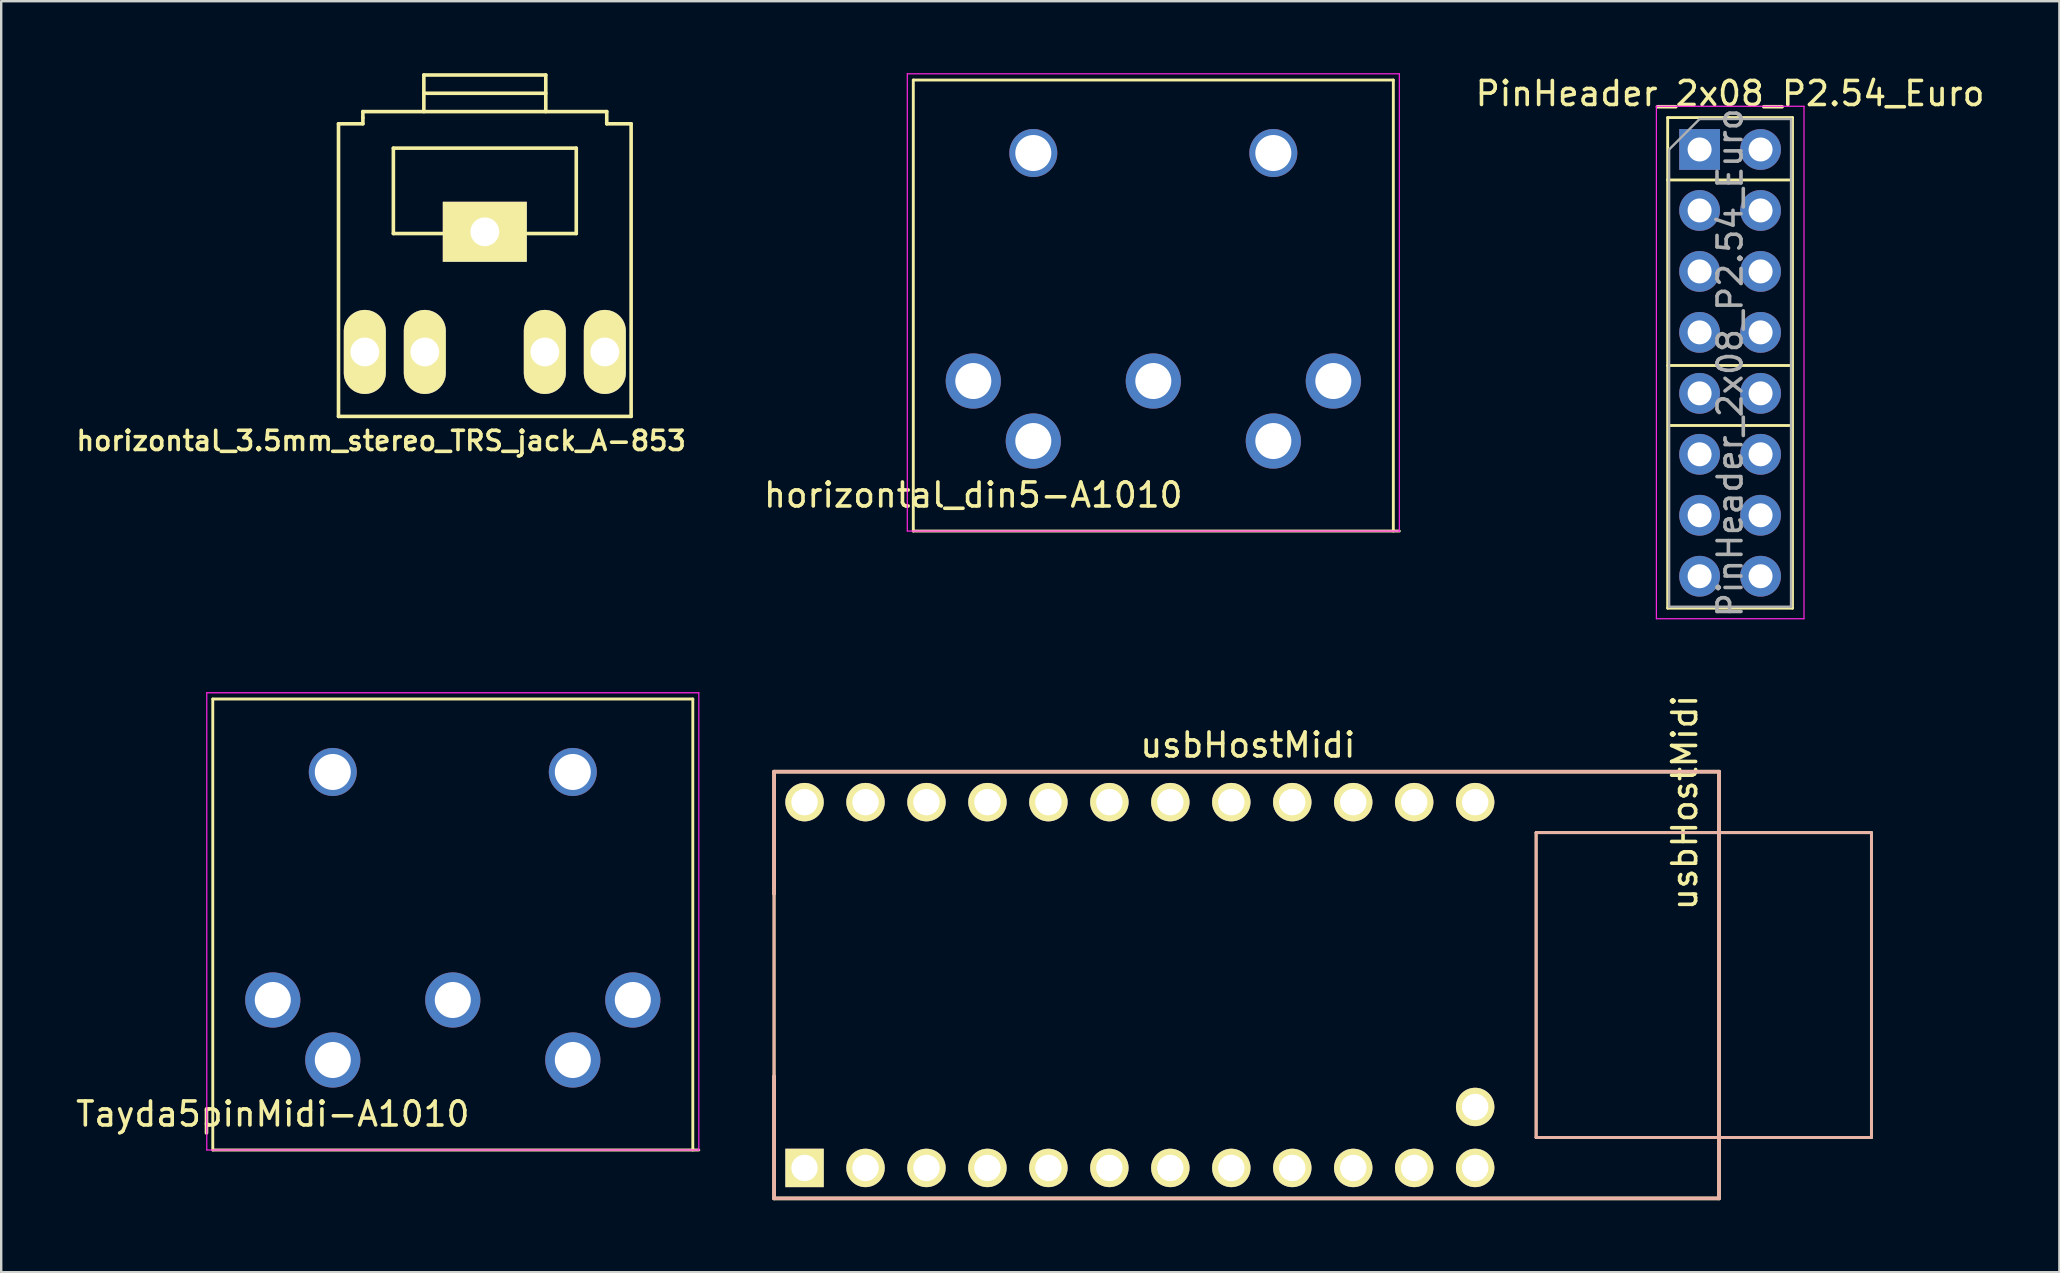
<source format=kicad_pcb>
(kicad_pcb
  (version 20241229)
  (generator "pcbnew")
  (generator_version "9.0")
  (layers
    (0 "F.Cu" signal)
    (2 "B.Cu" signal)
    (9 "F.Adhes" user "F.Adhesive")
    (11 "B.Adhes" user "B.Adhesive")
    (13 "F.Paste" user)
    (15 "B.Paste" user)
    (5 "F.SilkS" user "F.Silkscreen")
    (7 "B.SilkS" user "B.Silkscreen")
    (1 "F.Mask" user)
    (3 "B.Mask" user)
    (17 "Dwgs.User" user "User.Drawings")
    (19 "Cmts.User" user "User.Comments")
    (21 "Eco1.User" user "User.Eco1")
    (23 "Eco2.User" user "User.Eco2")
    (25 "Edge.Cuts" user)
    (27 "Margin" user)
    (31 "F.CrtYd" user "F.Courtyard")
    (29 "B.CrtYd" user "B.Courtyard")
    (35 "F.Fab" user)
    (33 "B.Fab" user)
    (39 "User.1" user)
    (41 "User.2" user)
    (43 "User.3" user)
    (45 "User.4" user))
  (footprint "Tayda5pinMidi-A1010"
    (layer "F.Cu")
    (at 8.315 38.613)
    (property "Reference" "Tayda5pinMidi-A1010" (at 0 4.75 0) (layer "F.SilkS") (effects (font (size 1 1) (thickness 0.15))))
    (attr through_hole)
    (fp_line (start -2.5 6.25) (end -2.5 -12.54) (stroke (width 0.12) (type solid)) (layer "F.SilkS"))
    (fp_line (start 17.5 -12.54) (end -2.5 -12.54) (stroke (width 0.12) (type solid)) (layer "F.SilkS"))
    (fp_line (start 17.5 6.25) (end 17.5 -12.54) (stroke (width 0.12) (type solid)) (layer "F.SilkS"))
    (fp_line (start 17.75 6.25) (end -2.5 6.25) (stroke (width 0.12) (type solid)) (layer "F.SilkS"))
    (fp_line (start -2.75 -12.8) (end -2.75 6.25) (stroke (width 0.05) (type solid)) (layer "F.CrtYd"))
    (fp_line (start 17.75 -12.8) (end -2.75 -12.8) (stroke (width 0.05) (type solid)) (layer "F.CrtYd"))
    (fp_line (start 17.75 6.25) (end -2.75 6.25) (stroke (width 0.05) (type solid)) (layer "F.CrtYd"))
    (fp_line (start 17.75 6.25) (end 17.75 -12.8) (stroke (width 0.05) (type solid)) (layer "F.CrtYd"))
    (pad "" thru_hole circle (at 2.5 -9.5) (size 2 2) (drill 1.5) (layers "*.Cu" "*.Mask"))
    (pad "" thru_hole circle (at 12.5 -9.5) (size 2 2) (drill 1.5) (layers "*.Cu" "*.Mask"))
    (pad "1" thru_hole circle (at 0 0) (size 2.3 2.3) (drill 1.5) (layers "*.Cu" "*.Mask"))
    (pad "2" thru_hole circle (at 7.5 0) (size 2.3 2.3) (drill 1.5) (layers "*.Cu" "*.Mask"))
    (pad "3" thru_hole circle (at 15 0) (size 2.3 2.3) (drill 1.5) (layers "*.Cu" "*.Mask"))
    (pad "4" thru_hole circle (at 2.5 2.5) (size 2.3 2.3) (drill 1.5) (layers "*.Cu" "*.Mask"))
    (pad "5" thru_hole circle (at 12.5 2.5) (size 2.3 2.3) (drill 1.5) (layers "*.Cu" "*.Mask")))
  (footprint "horizontal_3.5mm_stereo_TRS_jack_A-853"
    (layer "F.Cu")
    (at 17.149 8.203)
    (property "Reference" "horizontal_3.5mm_stereo_TRS_jack_A-853" (at -4.318 7.112 0) (layer "F.SilkS") (effects (font (size 0.8 0.8) (thickness 0.15))))
    (attr through_hole)
    (fp_line (start -6.096 6.096) (end -6.096 -6.096) (stroke (width 0.15) (type solid)) (layer "F.SilkS"))
    (fp_line (start -5.08 -6.604) (end 5.08 -6.604) (stroke (width 0.15) (type solid)) (layer "F.SilkS"))
    (fp_line (start -5.08 -6.35) (end -5.08 -6.604) (stroke (width 0.15) (type solid)) (layer "F.SilkS"))
    (fp_line (start -5.08 -6.096) (end -6.096 -6.096) (stroke (width 0.15) (type solid)) (layer "F.SilkS"))
    (fp_line (start -5.08 -6.096) (end -5.08 -6.35) (stroke (width 0.15) (type solid)) (layer "F.SilkS"))
    (fp_line (start -3.81 -5.08) (end 3.81 -5.08) (stroke (width 0.15) (type solid)) (layer "F.SilkS"))
    (fp_line (start -3.81 -1.524) (end -3.81 -5.08) (stroke (width 0.15) (type solid)) (layer "F.SilkS"))
    (fp_line (start -2.54 -8.128) (end -2.54 -6.604) (stroke (width 0.15) (type solid)) (layer "F.SilkS"))
    (fp_line (start -2.54 -8.128) (end 2.54 -8.128) (stroke (width 0.15) (type solid)) (layer "F.SilkS"))
    (fp_line (start -2.54 -7.366) (end 2.54 -7.366) (stroke (width 0.15) (type solid)) (layer "F.SilkS"))
    (fp_line (start -1.778 -1.524) (end -3.81 -1.524) (stroke (width 0.15) (type solid)) (layer "F.SilkS"))
    (fp_line (start 2.54 -6.604) (end 2.54 -8.128) (stroke (width 0.15) (type solid)) (layer "F.SilkS"))
    (fp_line (start 3.81 -5.08) (end 3.81 -1.524) (stroke (width 0.15) (type solid)) (layer "F.SilkS"))
    (fp_line (start 3.81 -1.524) (end 1.778 -1.524) (stroke (width 0.15) (type solid)) (layer "F.SilkS"))
    (fp_line (start 5.08 -6.604) (end 5.08 -6.096) (stroke (width 0.15) (type solid)) (layer "F.SilkS"))
    (fp_line (start 6.096 -6.096) (end 5.08 -6.096) (stroke (width 0.15) (type solid)) (layer "F.SilkS"))
    (fp_line (start 6.096 -6.096) (end 6.096 6.096) (stroke (width 0.15) (type solid)) (layer "F.SilkS"))
    (fp_line (start 6.096 6.096) (end -6.096 6.096) (stroke (width 0.15) (type solid)) (layer "F.SilkS"))
    (pad "R" thru_hole oval (at 5 3.41) (size 1.75 3.5) (drill 1.2) (layers "*.Cu" "*.Mask" "F.SilkS"))
    (pad "RN" thru_hole oval (at 2.5 3.41) (size 1.75 3.5) (drill 1.2) (layers "*.Cu" "*.Mask" "F.SilkS"))
    (pad "S" thru_hole rect (at 0 -1.596) (size 3.5 2.5) (drill 1.2) (layers "*.Cu" "*.Mask" "F.SilkS"))
    (pad "T" thru_hole oval (at -5 3.41) (size 1.75 3.5) (drill 1.2) (layers "*.Cu" "*.Mask" "F.SilkS"))
    (pad "TN" thru_hole oval (at -2.5 3.41) (size 1.75 3.5) (drill 1.2) (layers "*.Cu" "*.Mask" "F.SilkS")))
  (footprint "usbHostMidi"
    (layer "F.Cu")
    (at 44.44 37.99)
    (property "Reference" "usbHostMidi" (at 4.5 -10 0) (layer "F.SilkS") (effects (font (size 1 1) (thickness 0.15))))
    (attr through_hole)
    (fp_line (start -15.24 -8.89) (end 24.13 -8.89) (stroke (width 0.15) (type solid)) (layer "F.SilkS"))
    (fp_line (start -15.24 -3.81) (end -15.24 -8.89) (stroke (width 0.15) (type solid)) (layer "F.SilkS"))
    (fp_line (start -15.24 -3.81) (end -15.24 3.81) (stroke (width 0.12) (type solid)) (layer "F.SilkS"))
    (fp_line (start -15.24 8.89) (end -15.24 3.81) (stroke (width 0.15) (type solid)) (layer "F.SilkS"))
    (fp_line (start -15.24 8.89) (end 24.13 8.89) (stroke (width 0.15) (type solid)) (layer "F.SilkS"))
    (fp_line (start 16.51 -6.35) (end 16.51 6.35) (stroke (width 0.12) (type solid)) (layer "F.SilkS"))
    (fp_line (start 16.51 6.35) (end 30.48 6.35) (stroke (width 0.12) (type solid)) (layer "F.SilkS"))
    (fp_line (start 24.13 -8.89) (end 24.13 8.89) (stroke (width 0.15) (type solid)) (layer "F.SilkS"))
    (fp_line (start 30.48 -6.35) (end 16.51 -6.35) (stroke (width 0.12) (type solid)) (layer "F.SilkS"))
    (fp_line (start 30.48 6.35) (end 30.48 -6.35) (stroke (width 0.12) (type solid)) (layer "F.SilkS"))
    (fp_line (start -15.24 -8.89) (end 24.13 -8.89) (stroke (width 0.15) (type solid)) (layer "B.SilkS"))
    (fp_line (start -15.24 -3.81) (end -15.24 -8.89) (stroke (width 0.15) (type solid)) (layer "B.SilkS"))
    (fp_line (start -15.24 -3.81) (end -15.24 3.81) (stroke (width 0.12) (type solid)) (layer "B.SilkS"))
    (fp_line (start -15.24 8.89) (end -15.24 3.81) (stroke (width 0.15) (type solid)) (layer "B.SilkS"))
    (fp_line (start 16.51 -6.35) (end 16.51 6.35) (stroke (width 0.12) (type solid)) (layer "B.SilkS"))
    (fp_line (start 16.51 6.35) (end 30.48 6.35) (stroke (width 0.12) (type solid)) (layer "B.SilkS"))
    (fp_line (start 24.13 -8.89) (end 24.13 8.89) (stroke (width 0.15) (type solid)) (layer "B.SilkS"))
    (fp_line (start 24.13 8.89) (end -15.24 8.89) (stroke (width 0.15) (type solid)) (layer "B.SilkS"))
    (fp_line (start 30.48 -6.35) (end 16.51 -6.35) (stroke (width 0.12) (type solid)) (layer "B.SilkS"))
    (fp_line (start 30.48 6.35) (end 30.48 -6.35) (stroke (width 0.12) (type solid)) (layer "B.SilkS"))
    (fp_text user "${REFERENCE}" (at 22.7 -7.6 90) (layer "F.SilkS") (effects (font (size 1 1) (thickness 0.15))))
    (pad "1" thru_hole rect (at -13.97 7.62) (size 1.6 1.6) (drill 1.1) (layers "*.Cu" "*.Mask" "F.SilkS"))
    (pad "2" thru_hole circle (at -11.43 7.62) (size 1.6 1.6) (drill 1.1) (layers "*.Cu" "*.Mask" "F.SilkS"))
    (pad "3" thru_hole circle (at -8.89 7.62) (size 1.6 1.6) (drill 1.1) (layers "*.Cu" "*.Mask" "F.SilkS"))
    (pad "4" thru_hole circle (at -6.35 7.62) (size 1.6 1.6) (drill 1.1) (layers "*.Cu" "*.Mask" "F.SilkS"))
    (pad "5" thru_hole circle (at -3.81 7.62) (size 1.6 1.6) (drill 1.1) (layers "*.Cu" "*.Mask" "F.SilkS"))
    (pad "6" thru_hole circle (at -1.27 7.62) (size 1.6 1.6) (drill 1.1) (layers "*.Cu" "*.Mask" "F.SilkS"))
    (pad "7" thru_hole circle (at 1.27 7.62) (size 1.6 1.6) (drill 1.1) (layers "*.Cu" "*.Mask" "F.SilkS"))
    (pad "8" thru_hole circle (at 3.81 7.62) (size 1.6 1.6) (drill 1.1) (layers "*.Cu" "*.Mask" "F.SilkS"))
    (pad "9" thru_hole circle (at 6.35 7.62) (size 1.6 1.6) (drill 1.1) (layers "*.Cu" "*.Mask" "F.SilkS"))
    (pad "10" thru_hole circle (at 8.89 7.62) (size 1.6 1.6) (drill 1.1) (layers "*.Cu" "*.Mask" "F.SilkS"))
    (pad "11" thru_hole circle (at 11.43 7.62) (size 1.6 1.6) (drill 1.1) (layers "*.Cu" "*.Mask" "F.SilkS"))
    (pad "12" thru_hole circle (at 13.97 7.62) (size 1.6 1.6) (drill 1.1) (layers "*.Cu" "*.Mask" "F.SilkS"))
    (pad "13" thru_hole circle (at 13.97 -7.62) (size 1.6 1.6) (drill 1.1) (layers "*.Cu" "*.Mask" "F.SilkS"))
    (pad "14" thru_hole circle (at 11.43 -7.62) (size 1.6 1.6) (drill 1.1) (layers "*.Cu" "*.Mask" "F.SilkS"))
    (pad "15" thru_hole circle (at 8.89 -7.62) (size 1.6 1.6) (drill 1.1) (layers "*.Cu" "*.Mask" "F.SilkS"))
    (pad "16" thru_hole circle (at 6.35 -7.62) (size 1.6 1.6) (drill 1.1) (layers "*.Cu" "*.Mask" "F.SilkS"))
    (pad "17" thru_hole circle (at 3.81 -7.62) (size 1.6 1.6) (drill 1.1) (layers "*.Cu" "*.Mask" "F.SilkS"))
    (pad "18" thru_hole circle (at 1.27 -7.62) (size 1.6 1.6) (drill 1.1) (layers "*.Cu" "*.Mask" "F.SilkS"))
    (pad "19" thru_hole circle (at -1.27 -7.62) (size 1.6 1.6) (drill 1.1) (layers "*.Cu" "*.Mask" "F.SilkS"))
    (pad "20" thru_hole circle (at -3.81 -7.62) (size 1.6 1.6) (drill 1.1) (layers "*.Cu" "*.Mask" "F.SilkS"))
    (pad "21" thru_hole circle (at -6.35 -7.62) (size 1.6 1.6) (drill 1.1) (layers "*.Cu" "*.Mask" "F.SilkS"))
    (pad "22" thru_hole circle (at -8.89 -7.62) (size 1.6 1.6) (drill 1.1) (layers "*.Cu" "*.Mask" "F.SilkS"))
    (pad "23" thru_hole circle (at -11.43 -7.62) (size 1.6 1.6) (drill 1.1) (layers "*.Cu" "*.Mask" "F.SilkS"))
    (pad "24" thru_hole circle (at -13.97 -7.62) (size 1.6 1.6) (drill 1.1) (layers "*.Cu" "*.Mask" "F.SilkS"))
    (pad "25" thru_hole circle (at 13.97 5.08) (size 1.6 1.6) (drill 1.1) (layers "*.Cu" "*.Mask" "F.SilkS")))
  (footprint "PinHeader_2x08_P2.54_Euro"
    (layer "F.Cu")
    (at 67.761 3.178)
    (property "Reference" "PinHeader_2x08_P2.54_Euro" (at 1.27 -2.33 0) (layer "F.SilkS") (effects (font (size 1 1) (thickness 0.15))))
    (attr through_hole)
    (fp_line (start -1.33 -1.33) (end 1.25 -1.33) (stroke (width 0.12) (type solid)) (layer "F.SilkS"))
    (fp_line (start -1.33 1.25) (end -1.33 -1.33) (stroke (width 0.12) (type solid)) (layer "F.SilkS"))
    (fp_line (start -1.33 1.27) (end -1.33 19.11) (stroke (width 0.12) (type solid)) (layer "F.SilkS"))
    (fp_line (start -1.33 1.27) (end 3.75 1.27) (stroke (width 0.12) (type solid)) (layer "F.SilkS"))
    (fp_line (start -1.33 9) (end 3.75 9) (stroke (width 0.12) (type solid)) (layer "F.SilkS"))
    (fp_line (start -1.33 19.11) (end 3.87 19.11) (stroke (width 0.12) (type solid)) (layer "F.SilkS"))
    (fp_line (start -1.25 11.5) (end 3.83 11.5) (stroke (width 0.12) (type solid)) (layer "F.SilkS"))
    (fp_line (start 1.27 -1.33) (end 3.87 -1.33) (stroke (width 0.12) (type solid)) (layer "F.SilkS"))
    (fp_line (start 3.87 -1.33) (end 3.87 19.11) (stroke (width 0.12) (type solid)) (layer "F.SilkS"))
    (fp_line (start -1.8 -1.8) (end -1.8 19.55) (stroke (width 0.05) (type solid)) (layer "F.CrtYd"))
    (fp_line (start -1.8 19.55) (end 4.35 19.55) (stroke (width 0.05) (type solid)) (layer "F.CrtYd"))
    (fp_line (start 4.35 -1.8) (end -1.8 -1.8) (stroke (width 0.05) (type solid)) (layer "F.CrtYd"))
    (fp_line (start 4.35 19.55) (end 4.35 -1.8) (stroke (width 0.05) (type solid)) (layer "F.CrtYd"))
    (fp_line (start -1.27 0) (end 0 -1.27) (stroke (width 0.1) (type solid)) (layer "F.Fab"))
    (fp_line (start -1.27 19.05) (end -1.27 0) (stroke (width 0.1) (type solid)) (layer "F.Fab"))
    (fp_line (start 0 -1.27) (end 3.81 -1.27) (stroke (width 0.1) (type solid)) (layer "F.Fab"))
    (fp_line (start 3.81 -1.27) (end 3.81 19.05) (stroke (width 0.1) (type solid)) (layer "F.Fab"))
    (fp_line (start 3.81 19.05) (end -1.27 19.05) (stroke (width 0.1) (type solid)) (layer "F.Fab"))
    (fp_text user "${REFERENCE}" (at 1.27 8.89 90) (layer "F.Fab") (effects (font (size 1 1) (thickness 0.15))))
    (pad "1" thru_hole rect (at 0 0) (size 1.7 1.7) (drill 1) (layers "*.Cu" "*.Mask"))
    (pad "2" thru_hole oval (at 2.54 0) (size 1.7 1.7) (drill 1) (layers "*.Cu" "*.Mask"))
    (pad "3" thru_hole oval (at 0 2.54) (size 1.7 1.7) (drill 1) (layers "*.Cu" "*.Mask"))
    (pad "4" thru_hole oval (at 2.54 2.54) (size 1.7 1.7) (drill 1) (layers "*.Cu" "*.Mask"))
    (pad "5" thru_hole oval (at 0 5.08) (size 1.7 1.7) (drill 1) (layers "*.Cu" "*.Mask"))
    (pad "6" thru_hole oval (at 2.54 5.08) (size 1.7 1.7) (drill 1) (layers "*.Cu" "*.Mask"))
    (pad "7" thru_hole oval (at 0 7.62) (size 1.7 1.7) (drill 1) (layers "*.Cu" "*.Mask"))
    (pad "8" thru_hole oval (at 2.54 7.62) (size 1.7 1.7) (drill 1) (layers "*.Cu" "*.Mask"))
    (pad "9" thru_hole oval (at 0 10.16) (size 1.7 1.7) (drill 1) (layers "*.Cu" "*.Mask"))
    (pad "10" thru_hole oval (at 2.54 10.16) (size 1.7 1.7) (drill 1) (layers "*.Cu" "*.Mask"))
    (pad "11" thru_hole oval (at 0 12.7) (size 1.7 1.7) (drill 1) (layers "*.Cu" "*.Mask"))
    (pad "12" thru_hole oval (at 2.54 12.7) (size 1.7 1.7) (drill 1) (layers "*.Cu" "*.Mask"))
    (pad "13" thru_hole oval (at 0 15.24) (size 1.7 1.7) (drill 1) (layers "*.Cu" "*.Mask"))
    (pad "14" thru_hole oval (at 2.54 15.24) (size 1.7 1.7) (drill 1) (layers "*.Cu" "*.Mask"))
    (pad "15" thru_hole oval (at 0 17.78) (size 1.7 1.7) (drill 1) (layers "*.Cu" "*.Mask"))
    (pad "16" thru_hole oval (at 2.54 17.78) (size 1.7 1.7) (drill 1) (layers "*.Cu" "*.Mask")))
  (footprint "horizontal_din5-A1010"
    (layer "F.Cu")
    (at 37.501 12.825)
    (property "Reference" "horizontal_din5-A1010" (at 0 4.75 0) (layer "F.SilkS") (effects (font (size 1 1) (thickness 0.15))))
    (attr through_hole)
    (fp_line (start -2.5 6.25) (end -2.5 -12.54) (stroke (width 0.12) (type solid)) (layer "F.SilkS"))
    (fp_line (start 17.5 -12.54) (end -2.5 -12.54) (stroke (width 0.12) (type solid)) (layer "F.SilkS"))
    (fp_line (start 17.5 6.25) (end 17.5 -12.54) (stroke (width 0.12) (type solid)) (layer "F.SilkS"))
    (fp_line (start 17.75 6.25) (end -2.5 6.25) (stroke (width 0.12) (type solid)) (layer "F.SilkS"))
    (fp_line (start -2.75 -12.8) (end -2.75 6.25) (stroke (width 0.05) (type solid)) (layer "F.CrtYd"))
    (fp_line (start 17.75 -12.8) (end -2.75 -12.8) (stroke (width 0.05) (type solid)) (layer "F.CrtYd"))
    (fp_line (start 17.75 6.25) (end -2.75 6.25) (stroke (width 0.05) (type solid)) (layer "F.CrtYd"))
    (fp_line (start 17.75 6.25) (end 17.75 -12.8) (stroke (width 0.05) (type solid)) (layer "F.CrtYd"))
    (pad "" thru_hole circle (at 2.5 -9.5) (size 2 2) (drill 1.5) (layers "*.Cu" "*.Mask"))
    (pad "" thru_hole circle (at 12.5 -9.5) (size 2 2) (drill 1.5) (layers "*.Cu" "*.Mask"))
    (pad "1" thru_hole circle (at 0 0) (size 2.3 2.3) (drill 1.5) (layers "*.Cu" "*.Mask"))
    (pad "2" thru_hole circle (at 7.5 0) (size 2.3 2.3) (drill 1.5) (layers "*.Cu" "*.Mask"))
    (pad "3" thru_hole circle (at 15 0) (size 2.3 2.3) (drill 1.5) (layers "*.Cu" "*.Mask"))
    (pad "4" thru_hole circle (at 2.5 2.5) (size 2.3 2.3) (drill 1.5) (layers "*.Cu" "*.Mask"))
    (pad "5" thru_hole circle (at 12.5 2.5) (size 2.3 2.3) (drill 1.5) (layers "*.Cu" "*.Mask")))
  (gr_rect
    (start -3 -3)
    (end 82.751 49.955)
    (stroke (width 0.1) (type default))
    (fill no)
    (layer "Edge.Cuts")))
</source>
